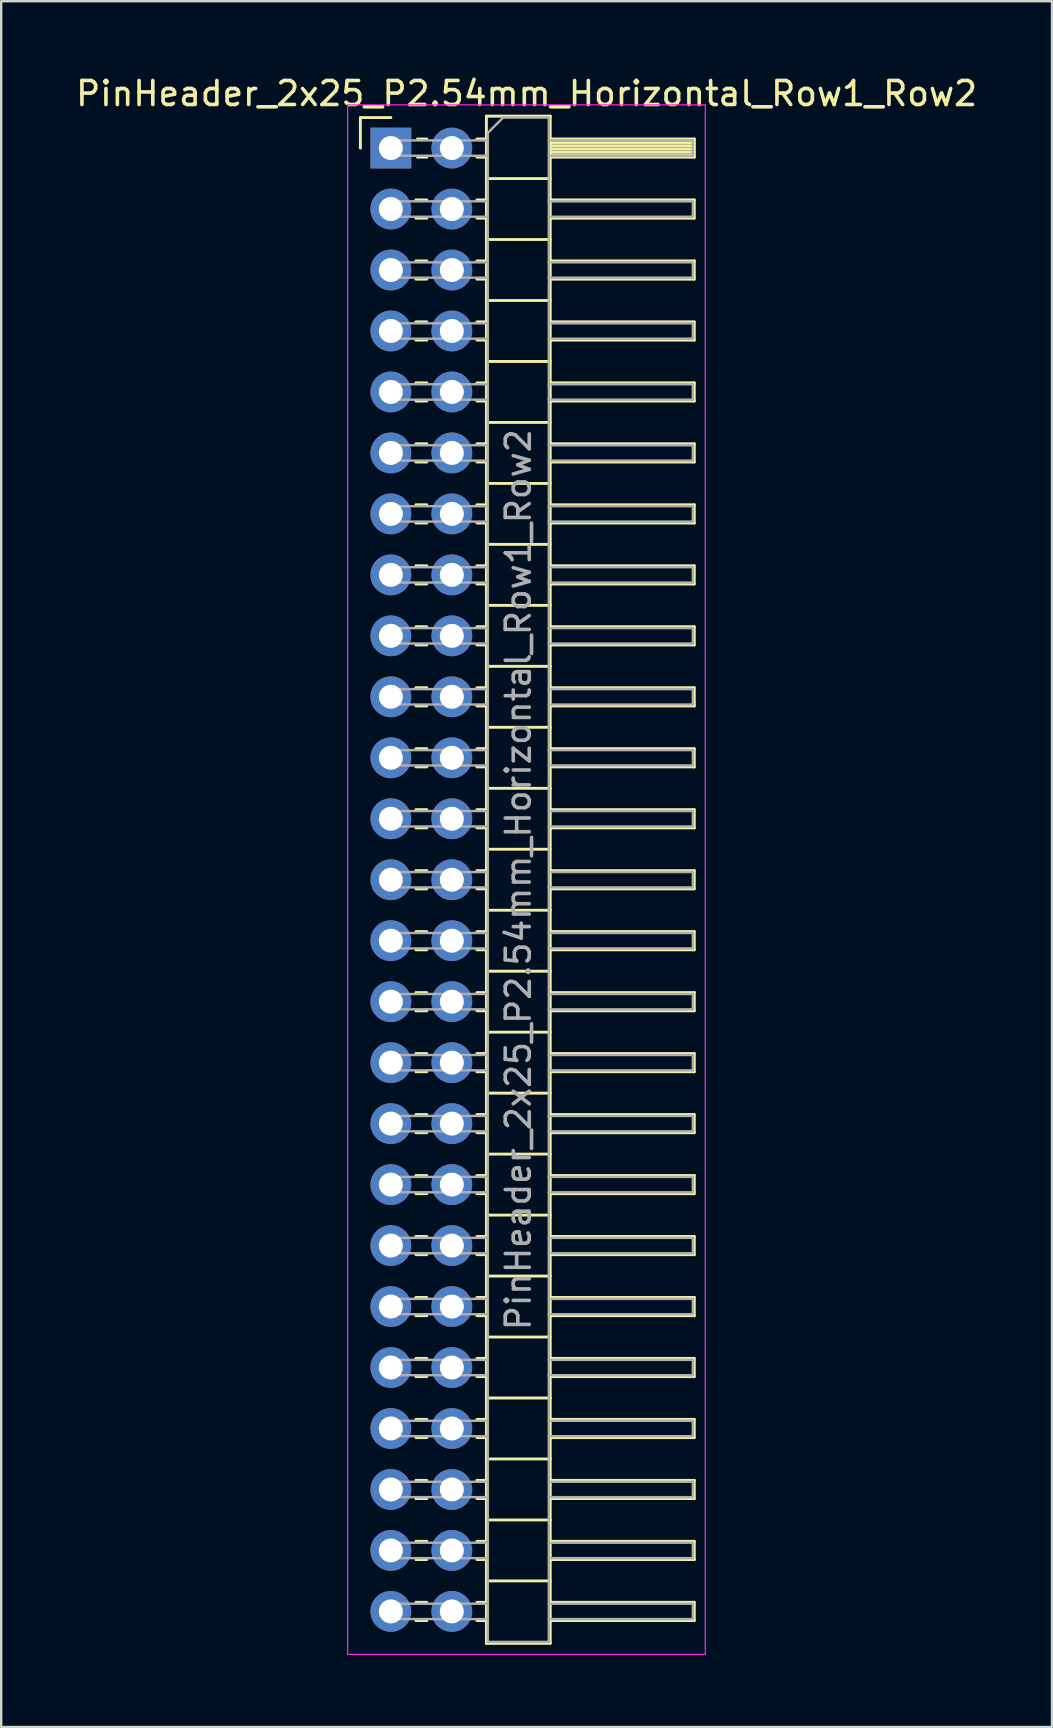
<source format=kicad_pcb>
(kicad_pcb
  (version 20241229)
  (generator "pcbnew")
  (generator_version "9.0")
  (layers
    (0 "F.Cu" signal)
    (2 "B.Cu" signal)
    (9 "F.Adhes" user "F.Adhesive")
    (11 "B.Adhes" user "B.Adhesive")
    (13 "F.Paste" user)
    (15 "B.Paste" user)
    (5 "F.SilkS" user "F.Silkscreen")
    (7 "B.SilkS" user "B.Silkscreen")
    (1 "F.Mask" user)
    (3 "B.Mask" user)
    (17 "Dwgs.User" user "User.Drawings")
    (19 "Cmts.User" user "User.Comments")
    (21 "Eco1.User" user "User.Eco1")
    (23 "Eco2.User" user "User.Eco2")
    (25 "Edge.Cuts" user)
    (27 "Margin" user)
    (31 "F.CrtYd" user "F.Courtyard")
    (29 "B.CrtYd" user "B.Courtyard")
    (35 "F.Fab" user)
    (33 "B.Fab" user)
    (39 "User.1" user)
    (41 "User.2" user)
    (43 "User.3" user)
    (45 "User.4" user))
  (footprint "PinHeader_2x25_P2.54mm_Horizontal_Row1_Row2"
    (layer "F.Cu")
    (at 13.232 3.118)
    (property "Reference" "PinHeader_2x25_P2.54mm_Horizontal_Row1_Row2" (at 5.655 -2.27 0) (layer "F.SilkS") (effects (font (size 1 1) (thickness 0.15))))
    (attr through_hole)
    (fp_line (start -1.27 -1.27) (end 0 -1.27) (stroke (width 0.12) (type solid)) (layer "F.SilkS"))
    (fp_line (start -1.27 0) (end -1.27 -1.27) (stroke (width 0.12) (type solid)) (layer "F.SilkS"))
    (fp_line (start 1.043 2.16) (end 1.497 2.16) (stroke (width 0.12) (type solid)) (layer "F.SilkS"))
    (fp_line (start 1.043 2.92) (end 1.497 2.92) (stroke (width 0.12) (type solid)) (layer "F.SilkS"))
    (fp_line (start 1.043 4.7) (end 1.497 4.7) (stroke (width 0.12) (type solid)) (layer "F.SilkS"))
    (fp_line (start 1.043 5.46) (end 1.497 5.46) (stroke (width 0.12) (type solid)) (layer "F.SilkS"))
    (fp_line (start 1.043 7.24) (end 1.497 7.24) (stroke (width 0.12) (type solid)) (layer "F.SilkS"))
    (fp_line (start 1.043 8) (end 1.497 8) (stroke (width 0.12) (type solid)) (layer "F.SilkS"))
    (fp_line (start 1.043 9.78) (end 1.497 9.78) (stroke (width 0.12) (type solid)) (layer "F.SilkS"))
    (fp_line (start 1.043 10.54) (end 1.497 10.54) (stroke (width 0.12) (type solid)) (layer "F.SilkS"))
    (fp_line (start 1.043 12.32) (end 1.497 12.32) (stroke (width 0.12) (type solid)) (layer "F.SilkS"))
    (fp_line (start 1.043 13.08) (end 1.497 13.08) (stroke (width 0.12) (type solid)) (layer "F.SilkS"))
    (fp_line (start 1.043 14.86) (end 1.497 14.86) (stroke (width 0.12) (type solid)) (layer "F.SilkS"))
    (fp_line (start 1.043 15.62) (end 1.497 15.62) (stroke (width 0.12) (type solid)) (layer "F.SilkS"))
    (fp_line (start 1.043 17.4) (end 1.497 17.4) (stroke (width 0.12) (type solid)) (layer "F.SilkS"))
    (fp_line (start 1.043 18.16) (end 1.497 18.16) (stroke (width 0.12) (type solid)) (layer "F.SilkS"))
    (fp_line (start 1.043 19.94) (end 1.497 19.94) (stroke (width 0.12) (type solid)) (layer "F.SilkS"))
    (fp_line (start 1.043 20.7) (end 1.497 20.7) (stroke (width 0.12) (type solid)) (layer "F.SilkS"))
    (fp_line (start 1.043 22.48) (end 1.497 22.48) (stroke (width 0.12) (type solid)) (layer "F.SilkS"))
    (fp_line (start 1.043 23.24) (end 1.497 23.24) (stroke (width 0.12) (type solid)) (layer "F.SilkS"))
    (fp_line (start 1.043 25.02) (end 1.497 25.02) (stroke (width 0.12) (type solid)) (layer "F.SilkS"))
    (fp_line (start 1.043 25.78) (end 1.497 25.78) (stroke (width 0.12) (type solid)) (layer "F.SilkS"))
    (fp_line (start 1.043 27.56) (end 1.497 27.56) (stroke (width 0.12) (type solid)) (layer "F.SilkS"))
    (fp_line (start 1.043 28.32) (end 1.497 28.32) (stroke (width 0.12) (type solid)) (layer "F.SilkS"))
    (fp_line (start 1.043 30.1) (end 1.497 30.1) (stroke (width 0.12) (type solid)) (layer "F.SilkS"))
    (fp_line (start 1.043 30.86) (end 1.497 30.86) (stroke (width 0.12) (type solid)) (layer "F.SilkS"))
    (fp_line (start 1.043 32.64) (end 1.497 32.64) (stroke (width 0.12) (type solid)) (layer "F.SilkS"))
    (fp_line (start 1.043 33.4) (end 1.497 33.4) (stroke (width 0.12) (type solid)) (layer "F.SilkS"))
    (fp_line (start 1.043 35.18) (end 1.497 35.18) (stroke (width 0.12) (type solid)) (layer "F.SilkS"))
    (fp_line (start 1.043 35.94) (end 1.497 35.94) (stroke (width 0.12) (type solid)) (layer "F.SilkS"))
    (fp_line (start 1.043 37.72) (end 1.497 37.72) (stroke (width 0.12) (type solid)) (layer "F.SilkS"))
    (fp_line (start 1.043 38.48) (end 1.497 38.48) (stroke (width 0.12) (type solid)) (layer "F.SilkS"))
    (fp_line (start 1.043 40.26) (end 1.497 40.26) (stroke (width 0.12) (type solid)) (layer "F.SilkS"))
    (fp_line (start 1.043 41.02) (end 1.497 41.02) (stroke (width 0.12) (type solid)) (layer "F.SilkS"))
    (fp_line (start 1.043 42.8) (end 1.497 42.8) (stroke (width 0.12) (type solid)) (layer "F.SilkS"))
    (fp_line (start 1.043 43.56) (end 1.497 43.56) (stroke (width 0.12) (type solid)) (layer "F.SilkS"))
    (fp_line (start 1.043 45.34) (end 1.497 45.34) (stroke (width 0.12) (type solid)) (layer "F.SilkS"))
    (fp_line (start 1.043 46.1) (end 1.497 46.1) (stroke (width 0.12) (type solid)) (layer "F.SilkS"))
    (fp_line (start 1.043 47.88) (end 1.497 47.88) (stroke (width 0.12) (type solid)) (layer "F.SilkS"))
    (fp_line (start 1.043 48.64) (end 1.497 48.64) (stroke (width 0.12) (type solid)) (layer "F.SilkS"))
    (fp_line (start 1.043 50.42) (end 1.497 50.42) (stroke (width 0.12) (type solid)) (layer "F.SilkS"))
    (fp_line (start 1.043 51.18) (end 1.497 51.18) (stroke (width 0.12) (type solid)) (layer "F.SilkS"))
    (fp_line (start 1.043 52.96) (end 1.497 52.96) (stroke (width 0.12) (type solid)) (layer "F.SilkS"))
    (fp_line (start 1.043 53.72) (end 1.497 53.72) (stroke (width 0.12) (type solid)) (layer "F.SilkS"))
    (fp_line (start 1.043 55.5) (end 1.497 55.5) (stroke (width 0.12) (type solid)) (layer "F.SilkS"))
    (fp_line (start 1.043 56.26) (end 1.497 56.26) (stroke (width 0.12) (type solid)) (layer "F.SilkS"))
    (fp_line (start 1.043 58.04) (end 1.497 58.04) (stroke (width 0.12) (type solid)) (layer "F.SilkS"))
    (fp_line (start 1.043 58.8) (end 1.497 58.8) (stroke (width 0.12) (type solid)) (layer "F.SilkS"))
    (fp_line (start 1.043 60.58) (end 1.497 60.58) (stroke (width 0.12) (type solid)) (layer "F.SilkS"))
    (fp_line (start 1.043 61.34) (end 1.497 61.34) (stroke (width 0.12) (type solid)) (layer "F.SilkS"))
    (fp_line (start 1.11 -0.38) (end 1.497 -0.38) (stroke (width 0.12) (type solid)) (layer "F.SilkS"))
    (fp_line (start 1.11 0.38) (end 1.497 0.38) (stroke (width 0.12) (type solid)) (layer "F.SilkS"))
    (fp_line (start 3.583 -0.38) (end 3.98 -0.38) (stroke (width 0.12) (type solid)) (layer "F.SilkS"))
    (fp_line (start 3.583 0.38) (end 3.98 0.38) (stroke (width 0.12) (type solid)) (layer "F.SilkS"))
    (fp_line (start 3.583 2.16) (end 3.98 2.16) (stroke (width 0.12) (type solid)) (layer "F.SilkS"))
    (fp_line (start 3.583 2.92) (end 3.98 2.92) (stroke (width 0.12) (type solid)) (layer "F.SilkS"))
    (fp_line (start 3.583 4.7) (end 3.98 4.7) (stroke (width 0.12) (type solid)) (layer "F.SilkS"))
    (fp_line (start 3.583 5.46) (end 3.98 5.46) (stroke (width 0.12) (type solid)) (layer "F.SilkS"))
    (fp_line (start 3.583 7.24) (end 3.98 7.24) (stroke (width 0.12) (type solid)) (layer "F.SilkS"))
    (fp_line (start 3.583 8) (end 3.98 8) (stroke (width 0.12) (type solid)) (layer "F.SilkS"))
    (fp_line (start 3.583 9.78) (end 3.98 9.78) (stroke (width 0.12) (type solid)) (layer "F.SilkS"))
    (fp_line (start 3.583 10.54) (end 3.98 10.54) (stroke (width 0.12) (type solid)) (layer "F.SilkS"))
    (fp_line (start 3.583 12.32) (end 3.98 12.32) (stroke (width 0.12) (type solid)) (layer "F.SilkS"))
    (fp_line (start 3.583 13.08) (end 3.98 13.08) (stroke (width 0.12) (type solid)) (layer "F.SilkS"))
    (fp_line (start 3.583 14.86) (end 3.98 14.86) (stroke (width 0.12) (type solid)) (layer "F.SilkS"))
    (fp_line (start 3.583 15.62) (end 3.98 15.62) (stroke (width 0.12) (type solid)) (layer "F.SilkS"))
    (fp_line (start 3.583 17.4) (end 3.98 17.4) (stroke (width 0.12) (type solid)) (layer "F.SilkS"))
    (fp_line (start 3.583 18.16) (end 3.98 18.16) (stroke (width 0.12) (type solid)) (layer "F.SilkS"))
    (fp_line (start 3.583 19.94) (end 3.98 19.94) (stroke (width 0.12) (type solid)) (layer "F.SilkS"))
    (fp_line (start 3.583 20.7) (end 3.98 20.7) (stroke (width 0.12) (type solid)) (layer "F.SilkS"))
    (fp_line (start 3.583 22.48) (end 3.98 22.48) (stroke (width 0.12) (type solid)) (layer "F.SilkS"))
    (fp_line (start 3.583 23.24) (end 3.98 23.24) (stroke (width 0.12) (type solid)) (layer "F.SilkS"))
    (fp_line (start 3.583 25.02) (end 3.98 25.02) (stroke (width 0.12) (type solid)) (layer "F.SilkS"))
    (fp_line (start 3.583 25.78) (end 3.98 25.78) (stroke (width 0.12) (type solid)) (layer "F.SilkS"))
    (fp_line (start 3.583 27.56) (end 3.98 27.56) (stroke (width 0.12) (type solid)) (layer "F.SilkS"))
    (fp_line (start 3.583 28.32) (end 3.98 28.32) (stroke (width 0.12) (type solid)) (layer "F.SilkS"))
    (fp_line (start 3.583 30.1) (end 3.98 30.1) (stroke (width 0.12) (type solid)) (layer "F.SilkS"))
    (fp_line (start 3.583 30.86) (end 3.98 30.86) (stroke (width 0.12) (type solid)) (layer "F.SilkS"))
    (fp_line (start 3.583 32.64) (end 3.98 32.64) (stroke (width 0.12) (type solid)) (layer "F.SilkS"))
    (fp_line (start 3.583 33.4) (end 3.98 33.4) (stroke (width 0.12) (type solid)) (layer "F.SilkS"))
    (fp_line (start 3.583 35.18) (end 3.98 35.18) (stroke (width 0.12) (type solid)) (layer "F.SilkS"))
    (fp_line (start 3.583 35.94) (end 3.98 35.94) (stroke (width 0.12) (type solid)) (layer "F.SilkS"))
    (fp_line (start 3.583 37.72) (end 3.98 37.72) (stroke (width 0.12) (type solid)) (layer "F.SilkS"))
    (fp_line (start 3.583 38.48) (end 3.98 38.48) (stroke (width 0.12) (type solid)) (layer "F.SilkS"))
    (fp_line (start 3.583 40.26) (end 3.98 40.26) (stroke (width 0.12) (type solid)) (layer "F.SilkS"))
    (fp_line (start 3.583 41.02) (end 3.98 41.02) (stroke (width 0.12) (type solid)) (layer "F.SilkS"))
    (fp_line (start 3.583 42.8) (end 3.98 42.8) (stroke (width 0.12) (type solid)) (layer "F.SilkS"))
    (fp_line (start 3.583 43.56) (end 3.98 43.56) (stroke (width 0.12) (type solid)) (layer "F.SilkS"))
    (fp_line (start 3.583 45.34) (end 3.98 45.34) (stroke (width 0.12) (type solid)) (layer "F.SilkS"))
    (fp_line (start 3.583 46.1) (end 3.98 46.1) (stroke (width 0.12) (type solid)) (layer "F.SilkS"))
    (fp_line (start 3.583 47.88) (end 3.98 47.88) (stroke (width 0.12) (type solid)) (layer "F.SilkS"))
    (fp_line (start 3.583 48.64) (end 3.98 48.64) (stroke (width 0.12) (type solid)) (layer "F.SilkS"))
    (fp_line (start 3.583 50.42) (end 3.98 50.42) (stroke (width 0.12) (type solid)) (layer "F.SilkS"))
    (fp_line (start 3.583 51.18) (end 3.98 51.18) (stroke (width 0.12) (type solid)) (layer "F.SilkS"))
    (fp_line (start 3.583 52.96) (end 3.98 52.96) (stroke (width 0.12) (type solid)) (layer "F.SilkS"))
    (fp_line (start 3.583 53.72) (end 3.98 53.72) (stroke (width 0.12) (type solid)) (layer "F.SilkS"))
    (fp_line (start 3.583 55.5) (end 3.98 55.5) (stroke (width 0.12) (type solid)) (layer "F.SilkS"))
    (fp_line (start 3.583 56.26) (end 3.98 56.26) (stroke (width 0.12) (type solid)) (layer "F.SilkS"))
    (fp_line (start 3.583 58.04) (end 3.98 58.04) (stroke (width 0.12) (type solid)) (layer "F.SilkS"))
    (fp_line (start 3.583 58.8) (end 3.98 58.8) (stroke (width 0.12) (type solid)) (layer "F.SilkS"))
    (fp_line (start 3.583 60.58) (end 3.98 60.58) (stroke (width 0.12) (type solid)) (layer "F.SilkS"))
    (fp_line (start 3.583 61.34) (end 3.98 61.34) (stroke (width 0.12) (type solid)) (layer "F.SilkS"))
    (fp_line (start 3.98 -1.33) (end 3.98 62.29) (stroke (width 0.12) (type solid)) (layer "F.SilkS"))
    (fp_line (start 3.98 1.27) (end 6.64 1.27) (stroke (width 0.12) (type solid)) (layer "F.SilkS"))
    (fp_line (start 3.98 3.81) (end 6.64 3.81) (stroke (width 0.12) (type solid)) (layer "F.SilkS"))
    (fp_line (start 3.98 6.35) (end 6.64 6.35) (stroke (width 0.12) (type solid)) (layer "F.SilkS"))
    (fp_line (start 3.98 8.89) (end 6.64 8.89) (stroke (width 0.12) (type solid)) (layer "F.SilkS"))
    (fp_line (start 3.98 11.43) (end 6.64 11.43) (stroke (width 0.12) (type solid)) (layer "F.SilkS"))
    (fp_line (start 3.98 13.97) (end 6.64 13.97) (stroke (width 0.12) (type solid)) (layer "F.SilkS"))
    (fp_line (start 3.98 16.51) (end 6.64 16.51) (stroke (width 0.12) (type solid)) (layer "F.SilkS"))
    (fp_line (start 3.98 19.05) (end 6.64 19.05) (stroke (width 0.12) (type solid)) (layer "F.SilkS"))
    (fp_line (start 3.98 21.59) (end 6.64 21.59) (stroke (width 0.12) (type solid)) (layer "F.SilkS"))
    (fp_line (start 3.98 24.13) (end 6.64 24.13) (stroke (width 0.12) (type solid)) (layer "F.SilkS"))
    (fp_line (start 3.98 26.67) (end 6.64 26.67) (stroke (width 0.12) (type solid)) (layer "F.SilkS"))
    (fp_line (start 3.98 29.21) (end 6.64 29.21) (stroke (width 0.12) (type solid)) (layer "F.SilkS"))
    (fp_line (start 3.98 31.75) (end 6.64 31.75) (stroke (width 0.12) (type solid)) (layer "F.SilkS"))
    (fp_line (start 3.98 34.29) (end 6.64 34.29) (stroke (width 0.12) (type solid)) (layer "F.SilkS"))
    (fp_line (start 3.98 36.83) (end 6.64 36.83) (stroke (width 0.12) (type solid)) (layer "F.SilkS"))
    (fp_line (start 3.98 39.37) (end 6.64 39.37) (stroke (width 0.12) (type solid)) (layer "F.SilkS"))
    (fp_line (start 3.98 41.91) (end 6.64 41.91) (stroke (width 0.12) (type solid)) (layer "F.SilkS"))
    (fp_line (start 3.98 44.45) (end 6.64 44.45) (stroke (width 0.12) (type solid)) (layer "F.SilkS"))
    (fp_line (start 3.98 46.99) (end 6.64 46.99) (stroke (width 0.12) (type solid)) (layer "F.SilkS"))
    (fp_line (start 3.98 49.53) (end 6.64 49.53) (stroke (width 0.12) (type solid)) (layer "F.SilkS"))
    (fp_line (start 3.98 52.07) (end 6.64 52.07) (stroke (width 0.12) (type solid)) (layer "F.SilkS"))
    (fp_line (start 3.98 54.61) (end 6.64 54.61) (stroke (width 0.12) (type solid)) (layer "F.SilkS"))
    (fp_line (start 3.98 57.15) (end 6.64 57.15) (stroke (width 0.12) (type solid)) (layer "F.SilkS"))
    (fp_line (start 3.98 59.69) (end 6.64 59.69) (stroke (width 0.12) (type solid)) (layer "F.SilkS"))
    (fp_line (start 3.98 62.29) (end 6.64 62.29) (stroke (width 0.12) (type solid)) (layer "F.SilkS"))
    (fp_line (start 6.64 -1.33) (end 3.98 -1.33) (stroke (width 0.12) (type solid)) (layer "F.SilkS"))
    (fp_line (start 6.64 -0.38) (end 12.64 -0.38) (stroke (width 0.12) (type solid)) (layer "F.SilkS"))
    (fp_line (start 6.64 -0.32) (end 12.64 -0.32) (stroke (width 0.12) (type solid)) (layer "F.SilkS"))
    (fp_line (start 6.64 -0.2) (end 12.64 -0.2) (stroke (width 0.12) (type solid)) (layer "F.SilkS"))
    (fp_line (start 6.64 -0.08) (end 12.64 -0.08) (stroke (width 0.12) (type solid)) (layer "F.SilkS"))
    (fp_line (start 6.64 0.04) (end 12.64 0.04) (stroke (width 0.12) (type solid)) (layer "F.SilkS"))
    (fp_line (start 6.64 0.16) (end 12.64 0.16) (stroke (width 0.12) (type solid)) (layer "F.SilkS"))
    (fp_line (start 6.64 0.28) (end 12.64 0.28) (stroke (width 0.12) (type solid)) (layer "F.SilkS"))
    (fp_line (start 6.64 2.16) (end 12.64 2.16) (stroke (width 0.12) (type solid)) (layer "F.SilkS"))
    (fp_line (start 6.64 4.7) (end 12.64 4.7) (stroke (width 0.12) (type solid)) (layer "F.SilkS"))
    (fp_line (start 6.64 7.24) (end 12.64 7.24) (stroke (width 0.12) (type solid)) (layer "F.SilkS"))
    (fp_line (start 6.64 9.78) (end 12.64 9.78) (stroke (width 0.12) (type solid)) (layer "F.SilkS"))
    (fp_line (start 6.64 12.32) (end 12.64 12.32) (stroke (width 0.12) (type solid)) (layer "F.SilkS"))
    (fp_line (start 6.64 14.86) (end 12.64 14.86) (stroke (width 0.12) (type solid)) (layer "F.SilkS"))
    (fp_line (start 6.64 17.4) (end 12.64 17.4) (stroke (width 0.12) (type solid)) (layer "F.SilkS"))
    (fp_line (start 6.64 19.94) (end 12.64 19.94) (stroke (width 0.12) (type solid)) (layer "F.SilkS"))
    (fp_line (start 6.64 22.48) (end 12.64 22.48) (stroke (width 0.12) (type solid)) (layer "F.SilkS"))
    (fp_line (start 6.64 25.02) (end 12.64 25.02) (stroke (width 0.12) (type solid)) (layer "F.SilkS"))
    (fp_line (start 6.64 27.56) (end 12.64 27.56) (stroke (width 0.12) (type solid)) (layer "F.SilkS"))
    (fp_line (start 6.64 30.1) (end 12.64 30.1) (stroke (width 0.12) (type solid)) (layer "F.SilkS"))
    (fp_line (start 6.64 32.64) (end 12.64 32.64) (stroke (width 0.12) (type solid)) (layer "F.SilkS"))
    (fp_line (start 6.64 35.18) (end 12.64 35.18) (stroke (width 0.12) (type solid)) (layer "F.SilkS"))
    (fp_line (start 6.64 37.72) (end 12.64 37.72) (stroke (width 0.12) (type solid)) (layer "F.SilkS"))
    (fp_line (start 6.64 40.26) (end 12.64 40.26) (stroke (width 0.12) (type solid)) (layer "F.SilkS"))
    (fp_line (start 6.64 42.8) (end 12.64 42.8) (stroke (width 0.12) (type solid)) (layer "F.SilkS"))
    (fp_line (start 6.64 45.34) (end 12.64 45.34) (stroke (width 0.12) (type solid)) (layer "F.SilkS"))
    (fp_line (start 6.64 47.88) (end 12.64 47.88) (stroke (width 0.12) (type solid)) (layer "F.SilkS"))
    (fp_line (start 6.64 50.42) (end 12.64 50.42) (stroke (width 0.12) (type solid)) (layer "F.SilkS"))
    (fp_line (start 6.64 52.96) (end 12.64 52.96) (stroke (width 0.12) (type solid)) (layer "F.SilkS"))
    (fp_line (start 6.64 55.5) (end 12.64 55.5) (stroke (width 0.12) (type solid)) (layer "F.SilkS"))
    (fp_line (start 6.64 58.04) (end 12.64 58.04) (stroke (width 0.12) (type solid)) (layer "F.SilkS"))
    (fp_line (start 6.64 60.58) (end 12.64 60.58) (stroke (width 0.12) (type solid)) (layer "F.SilkS"))
    (fp_line (start 6.64 62.29) (end 6.64 -1.33) (stroke (width 0.12) (type solid)) (layer "F.SilkS"))
    (fp_line (start 12.64 -0.38) (end 12.64 0.38) (stroke (width 0.12) (type solid)) (layer "F.SilkS"))
    (fp_line (start 12.64 0.38) (end 6.64 0.38) (stroke (width 0.12) (type solid)) (layer "F.SilkS"))
    (fp_line (start 12.64 2.16) (end 12.64 2.92) (stroke (width 0.12) (type solid)) (layer "F.SilkS"))
    (fp_line (start 12.64 2.92) (end 6.64 2.92) (stroke (width 0.12) (type solid)) (layer "F.SilkS"))
    (fp_line (start 12.64 4.7) (end 12.64 5.46) (stroke (width 0.12) (type solid)) (layer "F.SilkS"))
    (fp_line (start 12.64 5.46) (end 6.64 5.46) (stroke (width 0.12) (type solid)) (layer "F.SilkS"))
    (fp_line (start 12.64 7.24) (end 12.64 8) (stroke (width 0.12) (type solid)) (layer "F.SilkS"))
    (fp_line (start 12.64 8) (end 6.64 8) (stroke (width 0.12) (type solid)) (layer "F.SilkS"))
    (fp_line (start 12.64 9.78) (end 12.64 10.54) (stroke (width 0.12) (type solid)) (layer "F.SilkS"))
    (fp_line (start 12.64 10.54) (end 6.64 10.54) (stroke (width 0.12) (type solid)) (layer "F.SilkS"))
    (fp_line (start 12.64 12.32) (end 12.64 13.08) (stroke (width 0.12) (type solid)) (layer "F.SilkS"))
    (fp_line (start 12.64 13.08) (end 6.64 13.08) (stroke (width 0.12) (type solid)) (layer "F.SilkS"))
    (fp_line (start 12.64 14.86) (end 12.64 15.62) (stroke (width 0.12) (type solid)) (layer "F.SilkS"))
    (fp_line (start 12.64 15.62) (end 6.64 15.62) (stroke (width 0.12) (type solid)) (layer "F.SilkS"))
    (fp_line (start 12.64 17.4) (end 12.64 18.16) (stroke (width 0.12) (type solid)) (layer "F.SilkS"))
    (fp_line (start 12.64 18.16) (end 6.64 18.16) (stroke (width 0.12) (type solid)) (layer "F.SilkS"))
    (fp_line (start 12.64 19.94) (end 12.64 20.7) (stroke (width 0.12) (type solid)) (layer "F.SilkS"))
    (fp_line (start 12.64 20.7) (end 6.64 20.7) (stroke (width 0.12) (type solid)) (layer "F.SilkS"))
    (fp_line (start 12.64 22.48) (end 12.64 23.24) (stroke (width 0.12) (type solid)) (layer "F.SilkS"))
    (fp_line (start 12.64 23.24) (end 6.64 23.24) (stroke (width 0.12) (type solid)) (layer "F.SilkS"))
    (fp_line (start 12.64 25.02) (end 12.64 25.78) (stroke (width 0.12) (type solid)) (layer "F.SilkS"))
    (fp_line (start 12.64 25.78) (end 6.64 25.78) (stroke (width 0.12) (type solid)) (layer "F.SilkS"))
    (fp_line (start 12.64 27.56) (end 12.64 28.32) (stroke (width 0.12) (type solid)) (layer "F.SilkS"))
    (fp_line (start 12.64 28.32) (end 6.64 28.32) (stroke (width 0.12) (type solid)) (layer "F.SilkS"))
    (fp_line (start 12.64 30.1) (end 12.64 30.86) (stroke (width 0.12) (type solid)) (layer "F.SilkS"))
    (fp_line (start 12.64 30.86) (end 6.64 30.86) (stroke (width 0.12) (type solid)) (layer "F.SilkS"))
    (fp_line (start 12.64 32.64) (end 12.64 33.4) (stroke (width 0.12) (type solid)) (layer "F.SilkS"))
    (fp_line (start 12.64 33.4) (end 6.64 33.4) (stroke (width 0.12) (type solid)) (layer "F.SilkS"))
    (fp_line (start 12.64 35.18) (end 12.64 35.94) (stroke (width 0.12) (type solid)) (layer "F.SilkS"))
    (fp_line (start 12.64 35.94) (end 6.64 35.94) (stroke (width 0.12) (type solid)) (layer "F.SilkS"))
    (fp_line (start 12.64 37.72) (end 12.64 38.48) (stroke (width 0.12) (type solid)) (layer "F.SilkS"))
    (fp_line (start 12.64 38.48) (end 6.64 38.48) (stroke (width 0.12) (type solid)) (layer "F.SilkS"))
    (fp_line (start 12.64 40.26) (end 12.64 41.02) (stroke (width 0.12) (type solid)) (layer "F.SilkS"))
    (fp_line (start 12.64 41.02) (end 6.64 41.02) (stroke (width 0.12) (type solid)) (layer "F.SilkS"))
    (fp_line (start 12.64 42.8) (end 12.64 43.56) (stroke (width 0.12) (type solid)) (layer "F.SilkS"))
    (fp_line (start 12.64 43.56) (end 6.64 43.56) (stroke (width 0.12) (type solid)) (layer "F.SilkS"))
    (fp_line (start 12.64 45.34) (end 12.64 46.1) (stroke (width 0.12) (type solid)) (layer "F.SilkS"))
    (fp_line (start 12.64 46.1) (end 6.64 46.1) (stroke (width 0.12) (type solid)) (layer "F.SilkS"))
    (fp_line (start 12.64 47.88) (end 12.64 48.64) (stroke (width 0.12) (type solid)) (layer "F.SilkS"))
    (fp_line (start 12.64 48.64) (end 6.64 48.64) (stroke (width 0.12) (type solid)) (layer "F.SilkS"))
    (fp_line (start 12.64 50.42) (end 12.64 51.18) (stroke (width 0.12) (type solid)) (layer "F.SilkS"))
    (fp_line (start 12.64 51.18) (end 6.64 51.18) (stroke (width 0.12) (type solid)) (layer "F.SilkS"))
    (fp_line (start 12.64 52.96) (end 12.64 53.72) (stroke (width 0.12) (type solid)) (layer "F.SilkS"))
    (fp_line (start 12.64 53.72) (end 6.64 53.72) (stroke (width 0.12) (type solid)) (layer "F.SilkS"))
    (fp_line (start 12.64 55.5) (end 12.64 56.26) (stroke (width 0.12) (type solid)) (layer "F.SilkS"))
    (fp_line (start 12.64 56.26) (end 6.64 56.26) (stroke (width 0.12) (type solid)) (layer "F.SilkS"))
    (fp_line (start 12.64 58.04) (end 12.64 58.8) (stroke (width 0.12) (type solid)) (layer "F.SilkS"))
    (fp_line (start 12.64 58.8) (end 6.64 58.8) (stroke (width 0.12) (type solid)) (layer "F.SilkS"))
    (fp_line (start 12.64 60.58) (end 12.64 61.34) (stroke (width 0.12) (type solid)) (layer "F.SilkS"))
    (fp_line (start 12.64 61.34) (end 6.64 61.34) (stroke (width 0.12) (type solid)) (layer "F.SilkS"))
    (fp_line (start -1.8 -1.8) (end -1.8 62.75) (stroke (width 0.05) (type solid)) (layer "F.CrtYd"))
    (fp_line (start -1.8 62.75) (end 13.1 62.75) (stroke (width 0.05) (type solid)) (layer "F.CrtYd"))
    (fp_line (start 13.1 -1.8) (end -1.8 -1.8) (stroke (width 0.05) (type solid)) (layer "F.CrtYd"))
    (fp_line (start 13.1 62.75) (end 13.1 -1.8) (stroke (width 0.05) (type solid)) (layer "F.CrtYd"))
    (fp_line (start -0.32 -0.32) (end -0.32 0.32) (stroke (width 0.1) (type solid)) (layer "F.Fab"))
    (fp_line (start -0.32 -0.32) (end 4.04 -0.32) (stroke (width 0.1) (type solid)) (layer "F.Fab"))
    (fp_line (start -0.32 0.32) (end 4.04 0.32) (stroke (width 0.1) (type solid)) (layer "F.Fab"))
    (fp_line (start -0.32 2.22) (end -0.32 2.86) (stroke (width 0.1) (type solid)) (layer "F.Fab"))
    (fp_line (start -0.32 2.22) (end 4.04 2.22) (stroke (width 0.1) (type solid)) (layer "F.Fab"))
    (fp_line (start -0.32 2.86) (end 4.04 2.86) (stroke (width 0.1) (type solid)) (layer "F.Fab"))
    (fp_line (start -0.32 4.76) (end -0.32 5.4) (stroke (width 0.1) (type solid)) (layer "F.Fab"))
    (fp_line (start -0.32 4.76) (end 4.04 4.76) (stroke (width 0.1) (type solid)) (layer "F.Fab"))
    (fp_line (start -0.32 5.4) (end 4.04 5.4) (stroke (width 0.1) (type solid)) (layer "F.Fab"))
    (fp_line (start -0.32 7.3) (end -0.32 7.94) (stroke (width 0.1) (type solid)) (layer "F.Fab"))
    (fp_line (start -0.32 7.3) (end 4.04 7.3) (stroke (width 0.1) (type solid)) (layer "F.Fab"))
    (fp_line (start -0.32 7.94) (end 4.04 7.94) (stroke (width 0.1) (type solid)) (layer "F.Fab"))
    (fp_line (start -0.32 9.84) (end -0.32 10.48) (stroke (width 0.1) (type solid)) (layer "F.Fab"))
    (fp_line (start -0.32 9.84) (end 4.04 9.84) (stroke (width 0.1) (type solid)) (layer "F.Fab"))
    (fp_line (start -0.32 10.48) (end 4.04 10.48) (stroke (width 0.1) (type solid)) (layer "F.Fab"))
    (fp_line (start -0.32 12.38) (end -0.32 13.02) (stroke (width 0.1) (type solid)) (layer "F.Fab"))
    (fp_line (start -0.32 12.38) (end 4.04 12.38) (stroke (width 0.1) (type solid)) (layer "F.Fab"))
    (fp_line (start -0.32 13.02) (end 4.04 13.02) (stroke (width 0.1) (type solid)) (layer "F.Fab"))
    (fp_line (start -0.32 14.92) (end -0.32 15.56) (stroke (width 0.1) (type solid)) (layer "F.Fab"))
    (fp_line (start -0.32 14.92) (end 4.04 14.92) (stroke (width 0.1) (type solid)) (layer "F.Fab"))
    (fp_line (start -0.32 15.56) (end 4.04 15.56) (stroke (width 0.1) (type solid)) (layer "F.Fab"))
    (fp_line (start -0.32 17.46) (end -0.32 18.1) (stroke (width 0.1) (type solid)) (layer "F.Fab"))
    (fp_line (start -0.32 17.46) (end 4.04 17.46) (stroke (width 0.1) (type solid)) (layer "F.Fab"))
    (fp_line (start -0.32 18.1) (end 4.04 18.1) (stroke (width 0.1) (type solid)) (layer "F.Fab"))
    (fp_line (start -0.32 20) (end -0.32 20.64) (stroke (width 0.1) (type solid)) (layer "F.Fab"))
    (fp_line (start -0.32 20) (end 4.04 20) (stroke (width 0.1) (type solid)) (layer "F.Fab"))
    (fp_line (start -0.32 20.64) (end 4.04 20.64) (stroke (width 0.1) (type solid)) (layer "F.Fab"))
    (fp_line (start -0.32 22.54) (end -0.32 23.18) (stroke (width 0.1) (type solid)) (layer "F.Fab"))
    (fp_line (start -0.32 22.54) (end 4.04 22.54) (stroke (width 0.1) (type solid)) (layer "F.Fab"))
    (fp_line (start -0.32 23.18) (end 4.04 23.18) (stroke (width 0.1) (type solid)) (layer "F.Fab"))
    (fp_line (start -0.32 25.08) (end -0.32 25.72) (stroke (width 0.1) (type solid)) (layer "F.Fab"))
    (fp_line (start -0.32 25.08) (end 4.04 25.08) (stroke (width 0.1) (type solid)) (layer "F.Fab"))
    (fp_line (start -0.32 25.72) (end 4.04 25.72) (stroke (width 0.1) (type solid)) (layer "F.Fab"))
    (fp_line (start -0.32 27.62) (end -0.32 28.26) (stroke (width 0.1) (type solid)) (layer "F.Fab"))
    (fp_line (start -0.32 27.62) (end 4.04 27.62) (stroke (width 0.1) (type solid)) (layer "F.Fab"))
    (fp_line (start -0.32 28.26) (end 4.04 28.26) (stroke (width 0.1) (type solid)) (layer "F.Fab"))
    (fp_line (start -0.32 30.16) (end -0.32 30.8) (stroke (width 0.1) (type solid)) (layer "F.Fab"))
    (fp_line (start -0.32 30.16) (end 4.04 30.16) (stroke (width 0.1) (type solid)) (layer "F.Fab"))
    (fp_line (start -0.32 30.8) (end 4.04 30.8) (stroke (width 0.1) (type solid)) (layer "F.Fab"))
    (fp_line (start -0.32 32.7) (end -0.32 33.34) (stroke (width 0.1) (type solid)) (layer "F.Fab"))
    (fp_line (start -0.32 32.7) (end 4.04 32.7) (stroke (width 0.1) (type solid)) (layer "F.Fab"))
    (fp_line (start -0.32 33.34) (end 4.04 33.34) (stroke (width 0.1) (type solid)) (layer "F.Fab"))
    (fp_line (start -0.32 35.24) (end -0.32 35.88) (stroke (width 0.1) (type solid)) (layer "F.Fab"))
    (fp_line (start -0.32 35.24) (end 4.04 35.24) (stroke (width 0.1) (type solid)) (layer "F.Fab"))
    (fp_line (start -0.32 35.88) (end 4.04 35.88) (stroke (width 0.1) (type solid)) (layer "F.Fab"))
    (fp_line (start -0.32 37.78) (end -0.32 38.42) (stroke (width 0.1) (type solid)) (layer "F.Fab"))
    (fp_line (start -0.32 37.78) (end 4.04 37.78) (stroke (width 0.1) (type solid)) (layer "F.Fab"))
    (fp_line (start -0.32 38.42) (end 4.04 38.42) (stroke (width 0.1) (type solid)) (layer "F.Fab"))
    (fp_line (start -0.32 40.32) (end -0.32 40.96) (stroke (width 0.1) (type solid)) (layer "F.Fab"))
    (fp_line (start -0.32 40.32) (end 4.04 40.32) (stroke (width 0.1) (type solid)) (layer "F.Fab"))
    (fp_line (start -0.32 40.96) (end 4.04 40.96) (stroke (width 0.1) (type solid)) (layer "F.Fab"))
    (fp_line (start -0.32 42.86) (end -0.32 43.5) (stroke (width 0.1) (type solid)) (layer "F.Fab"))
    (fp_line (start -0.32 42.86) (end 4.04 42.86) (stroke (width 0.1) (type solid)) (layer "F.Fab"))
    (fp_line (start -0.32 43.5) (end 4.04 43.5) (stroke (width 0.1) (type solid)) (layer "F.Fab"))
    (fp_line (start -0.32 45.4) (end -0.32 46.04) (stroke (width 0.1) (type solid)) (layer "F.Fab"))
    (fp_line (start -0.32 45.4) (end 4.04 45.4) (stroke (width 0.1) (type solid)) (layer "F.Fab"))
    (fp_line (start -0.32 46.04) (end 4.04 46.04) (stroke (width 0.1) (type solid)) (layer "F.Fab"))
    (fp_line (start -0.32 47.94) (end -0.32 48.58) (stroke (width 0.1) (type solid)) (layer "F.Fab"))
    (fp_line (start -0.32 47.94) (end 4.04 47.94) (stroke (width 0.1) (type solid)) (layer "F.Fab"))
    (fp_line (start -0.32 48.58) (end 4.04 48.58) (stroke (width 0.1) (type solid)) (layer "F.Fab"))
    (fp_line (start -0.32 50.48) (end -0.32 51.12) (stroke (width 0.1) (type solid)) (layer "F.Fab"))
    (fp_line (start -0.32 50.48) (end 4.04 50.48) (stroke (width 0.1) (type solid)) (layer "F.Fab"))
    (fp_line (start -0.32 51.12) (end 4.04 51.12) (stroke (width 0.1) (type solid)) (layer "F.Fab"))
    (fp_line (start -0.32 53.02) (end -0.32 53.66) (stroke (width 0.1) (type solid)) (layer "F.Fab"))
    (fp_line (start -0.32 53.02) (end 4.04 53.02) (stroke (width 0.1) (type solid)) (layer "F.Fab"))
    (fp_line (start -0.32 53.66) (end 4.04 53.66) (stroke (width 0.1) (type solid)) (layer "F.Fab"))
    (fp_line (start -0.32 55.56) (end -0.32 56.2) (stroke (width 0.1) (type solid)) (layer "F.Fab"))
    (fp_line (start -0.32 55.56) (end 4.04 55.56) (stroke (width 0.1) (type solid)) (layer "F.Fab"))
    (fp_line (start -0.32 56.2) (end 4.04 56.2) (stroke (width 0.1) (type solid)) (layer "F.Fab"))
    (fp_line (start -0.32 58.1) (end -0.32 58.74) (stroke (width 0.1) (type solid)) (layer "F.Fab"))
    (fp_line (start -0.32 58.1) (end 4.04 58.1) (stroke (width 0.1) (type solid)) (layer "F.Fab"))
    (fp_line (start -0.32 58.74) (end 4.04 58.74) (stroke (width 0.1) (type solid)) (layer "F.Fab"))
    (fp_line (start -0.32 60.64) (end -0.32 61.28) (stroke (width 0.1) (type solid)) (layer "F.Fab"))
    (fp_line (start -0.32 60.64) (end 4.04 60.64) (stroke (width 0.1) (type solid)) (layer "F.Fab"))
    (fp_line (start -0.32 61.28) (end 4.04 61.28) (stroke (width 0.1) (type solid)) (layer "F.Fab"))
    (fp_line (start 4.04 -0.635) (end 4.675 -1.27) (stroke (width 0.1) (type solid)) (layer "F.Fab"))
    (fp_line (start 4.04 62.23) (end 4.04 -0.635) (stroke (width 0.1) (type solid)) (layer "F.Fab"))
    (fp_line (start 4.675 -1.27) (end 6.58 -1.27) (stroke (width 0.1) (type solid)) (layer "F.Fab"))
    (fp_line (start 6.58 -1.27) (end 6.58 62.23) (stroke (width 0.1) (type solid)) (layer "F.Fab"))
    (fp_line (start 6.58 -0.32) (end 12.58 -0.32) (stroke (width 0.1) (type solid)) (layer "F.Fab"))
    (fp_line (start 6.58 0.32) (end 12.58 0.32) (stroke (width 0.1) (type solid)) (layer "F.Fab"))
    (fp_line (start 6.58 2.22) (end 12.58 2.22) (stroke (width 0.1) (type solid)) (layer "F.Fab"))
    (fp_line (start 6.58 2.86) (end 12.58 2.86) (stroke (width 0.1) (type solid)) (layer "F.Fab"))
    (fp_line (start 6.58 4.76) (end 12.58 4.76) (stroke (width 0.1) (type solid)) (layer "F.Fab"))
    (fp_line (start 6.58 5.4) (end 12.58 5.4) (stroke (width 0.1) (type solid)) (layer "F.Fab"))
    (fp_line (start 6.58 7.3) (end 12.58 7.3) (stroke (width 0.1) (type solid)) (layer "F.Fab"))
    (fp_line (start 6.58 7.94) (end 12.58 7.94) (stroke (width 0.1) (type solid)) (layer "F.Fab"))
    (fp_line (start 6.58 9.84) (end 12.58 9.84) (stroke (width 0.1) (type solid)) (layer "F.Fab"))
    (fp_line (start 6.58 10.48) (end 12.58 10.48) (stroke (width 0.1) (type solid)) (layer "F.Fab"))
    (fp_line (start 6.58 12.38) (end 12.58 12.38) (stroke (width 0.1) (type solid)) (layer "F.Fab"))
    (fp_line (start 6.58 13.02) (end 12.58 13.02) (stroke (width 0.1) (type solid)) (layer "F.Fab"))
    (fp_line (start 6.58 14.92) (end 12.58 14.92) (stroke (width 0.1) (type solid)) (layer "F.Fab"))
    (fp_line (start 6.58 15.56) (end 12.58 15.56) (stroke (width 0.1) (type solid)) (layer "F.Fab"))
    (fp_line (start 6.58 17.46) (end 12.58 17.46) (stroke (width 0.1) (type solid)) (layer "F.Fab"))
    (fp_line (start 6.58 18.1) (end 12.58 18.1) (stroke (width 0.1) (type solid)) (layer "F.Fab"))
    (fp_line (start 6.58 20) (end 12.58 20) (stroke (width 0.1) (type solid)) (layer "F.Fab"))
    (fp_line (start 6.58 20.64) (end 12.58 20.64) (stroke (width 0.1) (type solid)) (layer "F.Fab"))
    (fp_line (start 6.58 22.54) (end 12.58 22.54) (stroke (width 0.1) (type solid)) (layer "F.Fab"))
    (fp_line (start 6.58 23.18) (end 12.58 23.18) (stroke (width 0.1) (type solid)) (layer "F.Fab"))
    (fp_line (start 6.58 25.08) (end 12.58 25.08) (stroke (width 0.1) (type solid)) (layer "F.Fab"))
    (fp_line (start 6.58 25.72) (end 12.58 25.72) (stroke (width 0.1) (type solid)) (layer "F.Fab"))
    (fp_line (start 6.58 27.62) (end 12.58 27.62) (stroke (width 0.1) (type solid)) (layer "F.Fab"))
    (fp_line (start 6.58 28.26) (end 12.58 28.26) (stroke (width 0.1) (type solid)) (layer "F.Fab"))
    (fp_line (start 6.58 30.16) (end 12.58 30.16) (stroke (width 0.1) (type solid)) (layer "F.Fab"))
    (fp_line (start 6.58 30.8) (end 12.58 30.8) (stroke (width 0.1) (type solid)) (layer "F.Fab"))
    (fp_line (start 6.58 32.7) (end 12.58 32.7) (stroke (width 0.1) (type solid)) (layer "F.Fab"))
    (fp_line (start 6.58 33.34) (end 12.58 33.34) (stroke (width 0.1) (type solid)) (layer "F.Fab"))
    (fp_line (start 6.58 35.24) (end 12.58 35.24) (stroke (width 0.1) (type solid)) (layer "F.Fab"))
    (fp_line (start 6.58 35.88) (end 12.58 35.88) (stroke (width 0.1) (type solid)) (layer "F.Fab"))
    (fp_line (start 6.58 37.78) (end 12.58 37.78) (stroke (width 0.1) (type solid)) (layer "F.Fab"))
    (fp_line (start 6.58 38.42) (end 12.58 38.42) (stroke (width 0.1) (type solid)) (layer "F.Fab"))
    (fp_line (start 6.58 40.32) (end 12.58 40.32) (stroke (width 0.1) (type solid)) (layer "F.Fab"))
    (fp_line (start 6.58 40.96) (end 12.58 40.96) (stroke (width 0.1) (type solid)) (layer "F.Fab"))
    (fp_line (start 6.58 42.86) (end 12.58 42.86) (stroke (width 0.1) (type solid)) (layer "F.Fab"))
    (fp_line (start 6.58 43.5) (end 12.58 43.5) (stroke (width 0.1) (type solid)) (layer "F.Fab"))
    (fp_line (start 6.58 45.4) (end 12.58 45.4) (stroke (width 0.1) (type solid)) (layer "F.Fab"))
    (fp_line (start 6.58 46.04) (end 12.58 46.04) (stroke (width 0.1) (type solid)) (layer "F.Fab"))
    (fp_line (start 6.58 47.94) (end 12.58 47.94) (stroke (width 0.1) (type solid)) (layer "F.Fab"))
    (fp_line (start 6.58 48.58) (end 12.58 48.58) (stroke (width 0.1) (type solid)) (layer "F.Fab"))
    (fp_line (start 6.58 50.48) (end 12.58 50.48) (stroke (width 0.1) (type solid)) (layer "F.Fab"))
    (fp_line (start 6.58 51.12) (end 12.58 51.12) (stroke (width 0.1) (type solid)) (layer "F.Fab"))
    (fp_line (start 6.58 53.02) (end 12.58 53.02) (stroke (width 0.1) (type solid)) (layer "F.Fab"))
    (fp_line (start 6.58 53.66) (end 12.58 53.66) (stroke (width 0.1) (type solid)) (layer "F.Fab"))
    (fp_line (start 6.58 55.56) (end 12.58 55.56) (stroke (width 0.1) (type solid)) (layer "F.Fab"))
    (fp_line (start 6.58 56.2) (end 12.58 56.2) (stroke (width 0.1) (type solid)) (layer "F.Fab"))
    (fp_line (start 6.58 58.1) (end 12.58 58.1) (stroke (width 0.1) (type solid)) (layer "F.Fab"))
    (fp_line (start 6.58 58.74) (end 12.58 58.74) (stroke (width 0.1) (type solid)) (layer "F.Fab"))
    (fp_line (start 6.58 60.64) (end 12.58 60.64) (stroke (width 0.1) (type solid)) (layer "F.Fab"))
    (fp_line (start 6.58 61.28) (end 12.58 61.28) (stroke (width 0.1) (type solid)) (layer "F.Fab"))
    (fp_line (start 6.58 62.23) (end 4.04 62.23) (stroke (width 0.1) (type solid)) (layer "F.Fab"))
    (fp_line (start 12.58 -0.32) (end 12.58 0.32) (stroke (width 0.1) (type solid)) (layer "F.Fab"))
    (fp_line (start 12.58 2.22) (end 12.58 2.86) (stroke (width 0.1) (type solid)) (layer "F.Fab"))
    (fp_line (start 12.58 4.76) (end 12.58 5.4) (stroke (width 0.1) (type solid)) (layer "F.Fab"))
    (fp_line (start 12.58 7.3) (end 12.58 7.94) (stroke (width 0.1) (type solid)) (layer "F.Fab"))
    (fp_line (start 12.58 9.84) (end 12.58 10.48) (stroke (width 0.1) (type solid)) (layer "F.Fab"))
    (fp_line (start 12.58 12.38) (end 12.58 13.02) (stroke (width 0.1) (type solid)) (layer "F.Fab"))
    (fp_line (start 12.58 14.92) (end 12.58 15.56) (stroke (width 0.1) (type solid)) (layer "F.Fab"))
    (fp_line (start 12.58 17.46) (end 12.58 18.1) (stroke (width 0.1) (type solid)) (layer "F.Fab"))
    (fp_line (start 12.58 20) (end 12.58 20.64) (stroke (width 0.1) (type solid)) (layer "F.Fab"))
    (fp_line (start 12.58 22.54) (end 12.58 23.18) (stroke (width 0.1) (type solid)) (layer "F.Fab"))
    (fp_line (start 12.58 25.08) (end 12.58 25.72) (stroke (width 0.1) (type solid)) (layer "F.Fab"))
    (fp_line (start 12.58 27.62) (end 12.58 28.26) (stroke (width 0.1) (type solid)) (layer "F.Fab"))
    (fp_line (start 12.58 30.16) (end 12.58 30.8) (stroke (width 0.1) (type solid)) (layer "F.Fab"))
    (fp_line (start 12.58 32.7) (end 12.58 33.34) (stroke (width 0.1) (type solid)) (layer "F.Fab"))
    (fp_line (start 12.58 35.24) (end 12.58 35.88) (stroke (width 0.1) (type solid)) (layer "F.Fab"))
    (fp_line (start 12.58 37.78) (end 12.58 38.42) (stroke (width 0.1) (type solid)) (layer "F.Fab"))
    (fp_line (start 12.58 40.32) (end 12.58 40.96) (stroke (width 0.1) (type solid)) (layer "F.Fab"))
    (fp_line (start 12.58 42.86) (end 12.58 43.5) (stroke (width 0.1) (type solid)) (layer "F.Fab"))
    (fp_line (start 12.58 45.4) (end 12.58 46.04) (stroke (width 0.1) (type solid)) (layer "F.Fab"))
    (fp_line (start 12.58 47.94) (end 12.58 48.58) (stroke (width 0.1) (type solid)) (layer "F.Fab"))
    (fp_line (start 12.58 50.48) (end 12.58 51.12) (stroke (width 0.1) (type solid)) (layer "F.Fab"))
    (fp_line (start 12.58 53.02) (end 12.58 53.66) (stroke (width 0.1) (type solid)) (layer "F.Fab"))
    (fp_line (start 12.58 55.56) (end 12.58 56.2) (stroke (width 0.1) (type solid)) (layer "F.Fab"))
    (fp_line (start 12.58 58.1) (end 12.58 58.74) (stroke (width 0.1) (type solid)) (layer "F.Fab"))
    (fp_line (start 12.58 60.64) (end 12.58 61.28) (stroke (width 0.1) (type solid)) (layer "F.Fab"))
    (fp_text user "${REFERENCE}" (at 5.31 30.48 90) (layer "F.Fab") (effects (font (size 1 1) (thickness 0.15))))
    (pad "1" thru_hole rect (at 0 0) (size 1.7 1.7) (drill 1) (layers "*.Cu" "*.Mask"))
    (pad "2" thru_hole oval (at 0 2.54) (size 1.7 1.7) (drill 1) (layers "*.Cu" "*.Mask"))
    (pad "3" thru_hole oval (at 0 5.08) (size 1.7 1.7) (drill 1) (layers "*.Cu" "*.Mask"))
    (pad "4" thru_hole oval (at 0 7.62) (size 1.7 1.7) (drill 1) (layers "*.Cu" "*.Mask"))
    (pad "5" thru_hole oval (at 0 10.16) (size 1.7 1.7) (drill 1) (layers "*.Cu" "*.Mask"))
    (pad "6" thru_hole oval (at 0 12.7) (size 1.7 1.7) (drill 1) (layers "*.Cu" "*.Mask"))
    (pad "7" thru_hole oval (at 0 15.24) (size 1.7 1.7) (drill 1) (layers "*.Cu" "*.Mask"))
    (pad "8" thru_hole oval (at 0 17.78) (size 1.7 1.7) (drill 1) (layers "*.Cu" "*.Mask"))
    (pad "9" thru_hole oval (at 0 20.32) (size 1.7 1.7) (drill 1) (layers "*.Cu" "*.Mask"))
    (pad "10" thru_hole oval (at 0 22.86) (size 1.7 1.7) (drill 1) (layers "*.Cu" "*.Mask"))
    (pad "11" thru_hole oval (at 0 25.4) (size 1.7 1.7) (drill 1) (layers "*.Cu" "*.Mask"))
    (pad "12" thru_hole oval (at 0 27.94) (size 1.7 1.7) (drill 1) (layers "*.Cu" "*.Mask"))
    (pad "13" thru_hole oval (at 0 30.48) (size 1.7 1.7) (drill 1) (layers "*.Cu" "*.Mask"))
    (pad "14" thru_hole oval (at 0 33.02) (size 1.7 1.7) (drill 1) (layers "*.Cu" "*.Mask"))
    (pad "15" thru_hole oval (at 0 35.56) (size 1.7 1.7) (drill 1) (layers "*.Cu" "*.Mask"))
    (pad "16" thru_hole oval (at 0 38.1) (size 1.7 1.7) (drill 1) (layers "*.Cu" "*.Mask"))
    (pad "17" thru_hole oval (at 0 40.64) (size 1.7 1.7) (drill 1) (layers "*.Cu" "*.Mask"))
    (pad "18" thru_hole oval (at 0 43.18) (size 1.7 1.7) (drill 1) (layers "*.Cu" "*.Mask"))
    (pad "19" thru_hole oval (at 0 45.72) (size 1.7 1.7) (drill 1) (layers "*.Cu" "*.Mask"))
    (pad "20" thru_hole oval (at 0 48.26) (size 1.7 1.7) (drill 1) (layers "*.Cu" "*.Mask"))
    (pad "21" thru_hole oval (at 0 50.8) (size 1.7 1.7) (drill 1) (layers "*.Cu" "*.Mask"))
    (pad "22" thru_hole oval (at 0 53.34) (size 1.7 1.7) (drill 1) (layers "*.Cu" "*.Mask"))
    (pad "23" thru_hole oval (at 0 55.88) (size 1.7 1.7) (drill 1) (layers "*.Cu" "*.Mask"))
    (pad "24" thru_hole oval (at 0 58.42) (size 1.7 1.7) (drill 1) (layers "*.Cu" "*.Mask"))
    (pad "25" thru_hole oval (at 0 60.96) (size 1.7 1.7) (drill 1) (layers "*.Cu" "*.Mask"))
    (pad "26" thru_hole oval (at 2.54 0) (size 1.7 1.7) (drill 1) (layers "*.Cu" "*.Mask"))
    (pad "27" thru_hole oval (at 2.54 2.54) (size 1.7 1.7) (drill 1) (layers "*.Cu" "*.Mask"))
    (pad "28" thru_hole oval (at 2.54 5.08) (size 1.7 1.7) (drill 1) (layers "*.Cu" "*.Mask"))
    (pad "29" thru_hole oval (at 2.54 7.62) (size 1.7 1.7) (drill 1) (layers "*.Cu" "*.Mask"))
    (pad "30" thru_hole oval (at 2.54 10.16) (size 1.7 1.7) (drill 1) (layers "*.Cu" "*.Mask"))
    (pad "31" thru_hole oval (at 2.54 12.7) (size 1.7 1.7) (drill 1) (layers "*.Cu" "*.Mask"))
    (pad "32" thru_hole oval (at 2.54 15.24) (size 1.7 1.7) (drill 1) (layers "*.Cu" "*.Mask"))
    (pad "33" thru_hole oval (at 2.54 17.78) (size 1.7 1.7) (drill 1) (layers "*.Cu" "*.Mask"))
    (pad "34" thru_hole oval (at 2.54 20.32) (size 1.7 1.7) (drill 1) (layers "*.Cu" "*.Mask"))
    (pad "35" thru_hole oval (at 2.54 22.86) (size 1.7 1.7) (drill 1) (layers "*.Cu" "*.Mask"))
    (pad "36" thru_hole oval (at 2.54 25.4) (size 1.7 1.7) (drill 1) (layers "*.Cu" "*.Mask"))
    (pad "37" thru_hole oval (at 2.54 27.94) (size 1.7 1.7) (drill 1) (layers "*.Cu" "*.Mask"))
    (pad "38" thru_hole oval (at 2.54 30.48) (size 1.7 1.7) (drill 1) (layers "*.Cu" "*.Mask"))
    (pad "39" thru_hole oval (at 2.54 33.02) (size 1.7 1.7) (drill 1) (layers "*.Cu" "*.Mask"))
    (pad "40" thru_hole oval (at 2.54 35.56) (size 1.7 1.7) (drill 1) (layers "*.Cu" "*.Mask"))
    (pad "41" thru_hole oval (at 2.54 38.1) (size 1.7 1.7) (drill 1) (layers "*.Cu" "*.Mask"))
    (pad "42" thru_hole oval (at 2.54 40.64) (size 1.7 1.7) (drill 1) (layers "*.Cu" "*.Mask"))
    (pad "43" thru_hole oval (at 2.54 43.18) (size 1.7 1.7) (drill 1) (layers "*.Cu" "*.Mask"))
    (pad "44" thru_hole oval (at 2.54 45.72) (size 1.7 1.7) (drill 1) (layers "*.Cu" "*.Mask"))
    (pad "45" thru_hole oval (at 2.54 48.26) (size 1.7 1.7) (drill 1) (layers "*.Cu" "*.Mask"))
    (pad "46" thru_hole oval (at 2.54 50.8) (size 1.7 1.7) (drill 1) (layers "*.Cu" "*.Mask"))
    (pad "47" thru_hole oval (at 2.54 53.34) (size 1.7 1.7) (drill 1) (layers "*.Cu" "*.Mask"))
    (pad "48" thru_hole oval (at 2.54 55.88) (size 1.7 1.7) (drill 1) (layers "*.Cu" "*.Mask"))
    (pad "49" thru_hole oval (at 2.54 58.42) (size 1.7 1.7) (drill 1) (layers "*.Cu" "*.Mask"))
    (pad "50" thru_hole oval (at 2.54 60.96) (size 1.7 1.7) (drill 1) (layers "*.Cu" "*.Mask")))
  (gr_rect
    (start -3 -3)
    (end 40.774 68.893)
    (stroke (width 0.1) (type default))
    (fill no)
    (layer "Edge.Cuts")))
</source>
